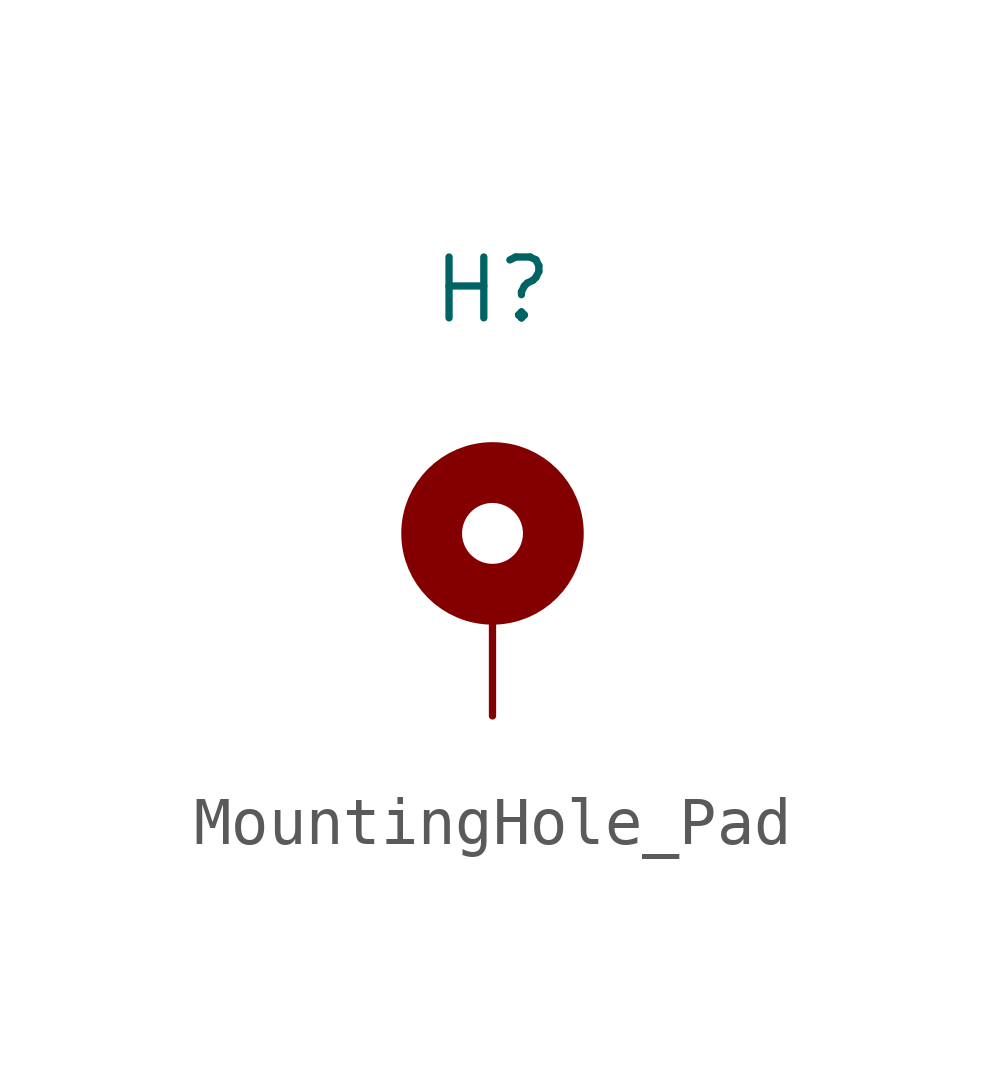
<source format=kicad_sym>
(kicad_symbol_lib
  (version 20220914)
  (generator kicad_symbol_editor)
  (symbol "MountingHole_Pad"
    (pin_numbers hide)
    (pin_names
      (offset 1.016) hide)
    (property "Reference" "H"
      (at 0 6.35 0)
      (effects (font (size 1.27 1.27))))
    (symbol "MountingHole_Pad_0_1"
      (circle (center 0 1.27) (radius 1.27) (stroke (width 1.27) (type default)) (fill (type none))))
    (symbol "MountingHole_Pad_1_1"
      (pin input line (at 0 -2.54 90) (length 2.54) (name "1" (effects (font (size 1.27 1.27)))) (number "1" (effects (font (size 1.27 1.27))))))))
</source>
